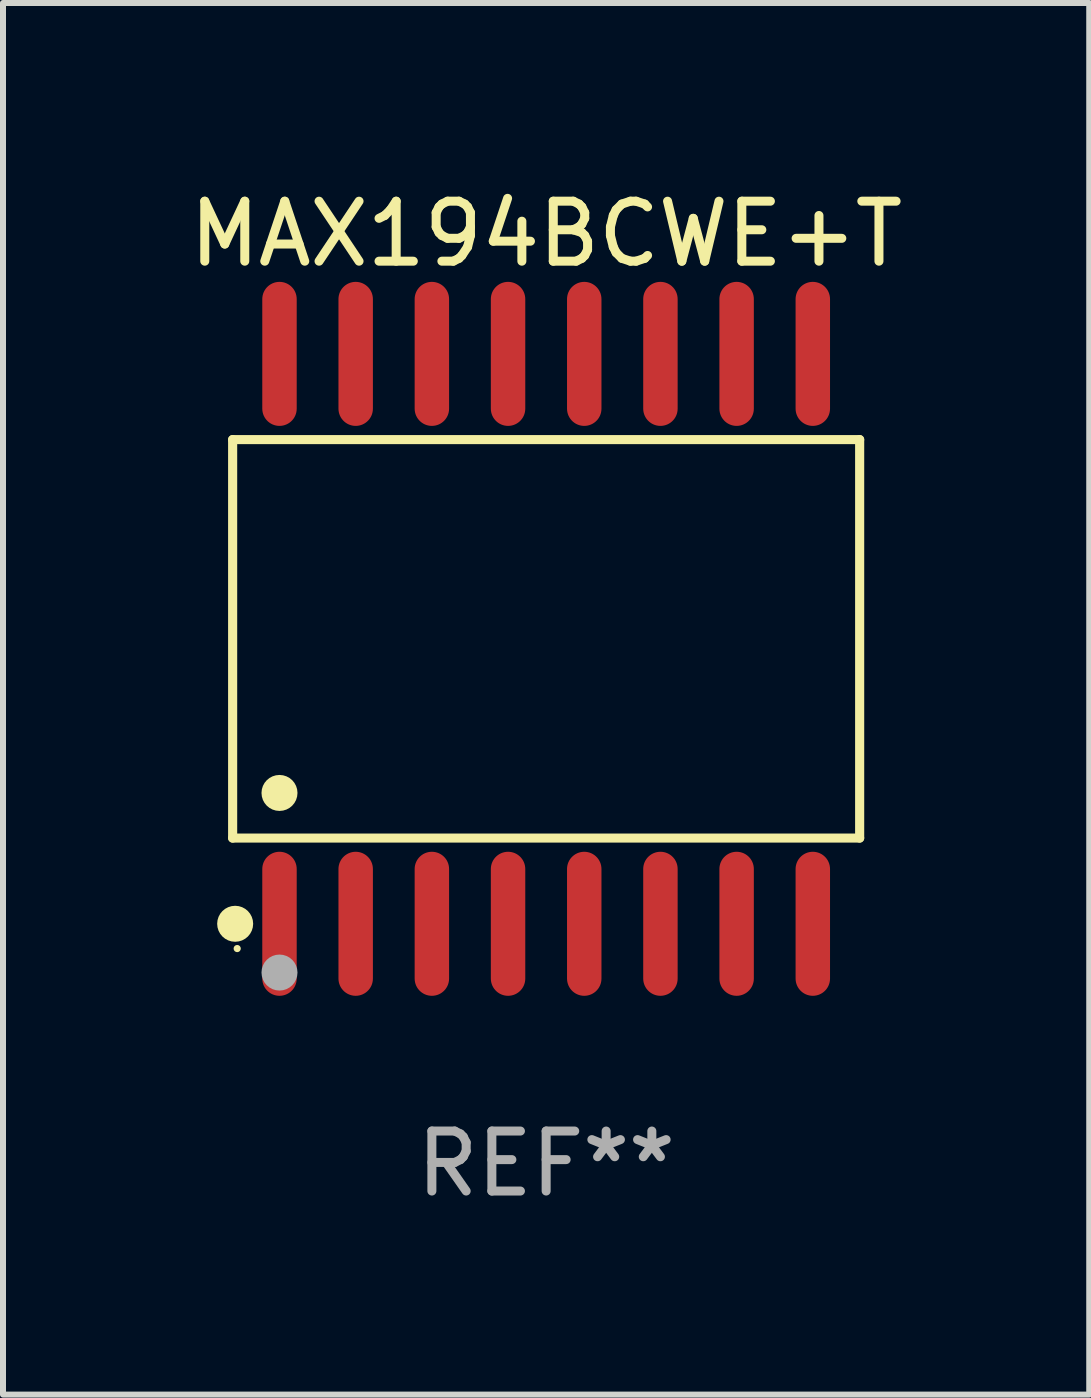
<source format=kicad_pcb>
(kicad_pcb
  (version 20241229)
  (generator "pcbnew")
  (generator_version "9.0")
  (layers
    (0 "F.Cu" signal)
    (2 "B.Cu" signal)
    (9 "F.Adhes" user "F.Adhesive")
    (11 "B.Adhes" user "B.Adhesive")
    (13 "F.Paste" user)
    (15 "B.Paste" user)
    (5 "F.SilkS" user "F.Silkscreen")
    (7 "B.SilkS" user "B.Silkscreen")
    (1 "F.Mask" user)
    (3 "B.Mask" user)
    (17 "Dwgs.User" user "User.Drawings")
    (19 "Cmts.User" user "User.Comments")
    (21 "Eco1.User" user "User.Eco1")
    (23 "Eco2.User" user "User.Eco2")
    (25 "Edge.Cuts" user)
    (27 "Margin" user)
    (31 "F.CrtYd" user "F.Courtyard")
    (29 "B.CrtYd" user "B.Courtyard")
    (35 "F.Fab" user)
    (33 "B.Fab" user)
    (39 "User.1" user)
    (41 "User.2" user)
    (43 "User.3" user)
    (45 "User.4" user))
  (footprint "MAX194BCWE+T"
    (layer "F.Cu")
    (at 6.054 7.599)
    (property "Reference" "MAX194BCWE+T" (at 0 -6.75 0) (layer "F.SilkS") (effects (font (size 1 1) (thickness 0.15))))
    (attr through_hole)
    (fp_line (start -5.226 -3.321) (end 5.226 -3.321) (stroke (width 0.152) (type solid)) (layer "F.SilkS"))
    (fp_line (start -5.226 3.321) (end -5.226 -3.321) (stroke (width 0.152) (type solid)) (layer "F.SilkS"))
    (fp_line (start 5.226 -3.321) (end 5.226 3.321) (stroke (width 0.152) (type solid)) (layer "F.SilkS"))
    (fp_line (start 5.226 3.321) (end -5.226 3.321) (stroke (width 0.152) (type solid)) (layer "F.SilkS"))
    (fp_circle (center -5.184 4.75) (end -5.034 4.75) (stroke (width 0.3) (type solid)) (fill no) (layer "F.SilkS"))
    (fp_circle (center -5.15 5.163) (end -5.12 5.163) (stroke (width 0.06) (type solid)) (fill no) (layer "F.SilkS"))
    (fp_circle (center -4.445 2.569) (end -4.295 2.569) (stroke (width 0.3) (type solid)) (fill no) (layer "F.SilkS"))
    (fp_circle (center -4.445 5.563) (end -4.295 5.563) (stroke (width 0.3) (type solid)) (fill no) (layer "F.Fab"))
    (fp_text user "REF**" (at 0 8.75 0) (layer "F.Fab") (effects (font (size 1 1) (thickness 0.15))))
    (pad "1" smd oval (at -4.445 4.75) (size 0.574 2.401) (layers "F.Cu" "F.Mask" "F.Paste"))
    (pad "2" smd oval (at -3.175 4.75) (size 0.574 2.401) (layers "F.Cu" "F.Mask" "F.Paste"))
    (pad "3" smd oval (at -1.905 4.75) (size 0.574 2.401) (layers "F.Cu" "F.Mask" "F.Paste"))
    (pad "4" smd oval (at -0.635 4.75) (size 0.574 2.401) (layers "F.Cu" "F.Mask" "F.Paste"))
    (pad "5" smd oval (at 0.635 4.75) (size 0.574 2.401) (layers "F.Cu" "F.Mask" "F.Paste"))
    (pad "6" smd oval (at 1.905 4.75) (size 0.574 2.401) (layers "F.Cu" "F.Mask" "F.Paste"))
    (pad "7" smd oval (at 3.175 4.75) (size 0.574 2.401) (layers "F.Cu" "F.Mask" "F.Paste"))
    (pad "8" smd oval (at 4.445 4.75) (size 0.574 2.401) (layers "F.Cu" "F.Mask" "F.Paste"))
    (pad "9" smd oval (at 4.445 -4.75) (size 0.574 2.401) (layers "F.Cu" "F.Mask" "F.Paste"))
    (pad "10" smd oval (at 3.175 -4.75) (size 0.574 2.401) (layers "F.Cu" "F.Mask" "F.Paste"))
    (pad "11" smd oval (at 1.905 -4.75) (size 0.574 2.401) (layers "F.Cu" "F.Mask" "F.Paste"))
    (pad "12" smd oval (at 0.635 -4.75) (size 0.574 2.401) (layers "F.Cu" "F.Mask" "F.Paste"))
    (pad "13" smd oval (at -0.635 -4.75) (size 0.574 2.401) (layers "F.Cu" "F.Mask" "F.Paste"))
    (pad "14" smd oval (at -1.905 -4.75) (size 0.574 2.401) (layers "F.Cu" "F.Mask" "F.Paste"))
    (pad "15" smd oval (at -3.175 -4.75) (size 0.574 2.401) (layers "F.Cu" "F.Mask" "F.Paste"))
    (pad "16" smd oval (at -4.445 -4.75) (size 0.574 2.401) (layers "F.Cu" "F.Mask" "F.Paste")))
  (gr_rect
    (start -3 -3)
    (end 15.107 20.197)
    (stroke (width 0.1) (type default))
    (fill no)
    (layer "Edge.Cuts")))
</source>
